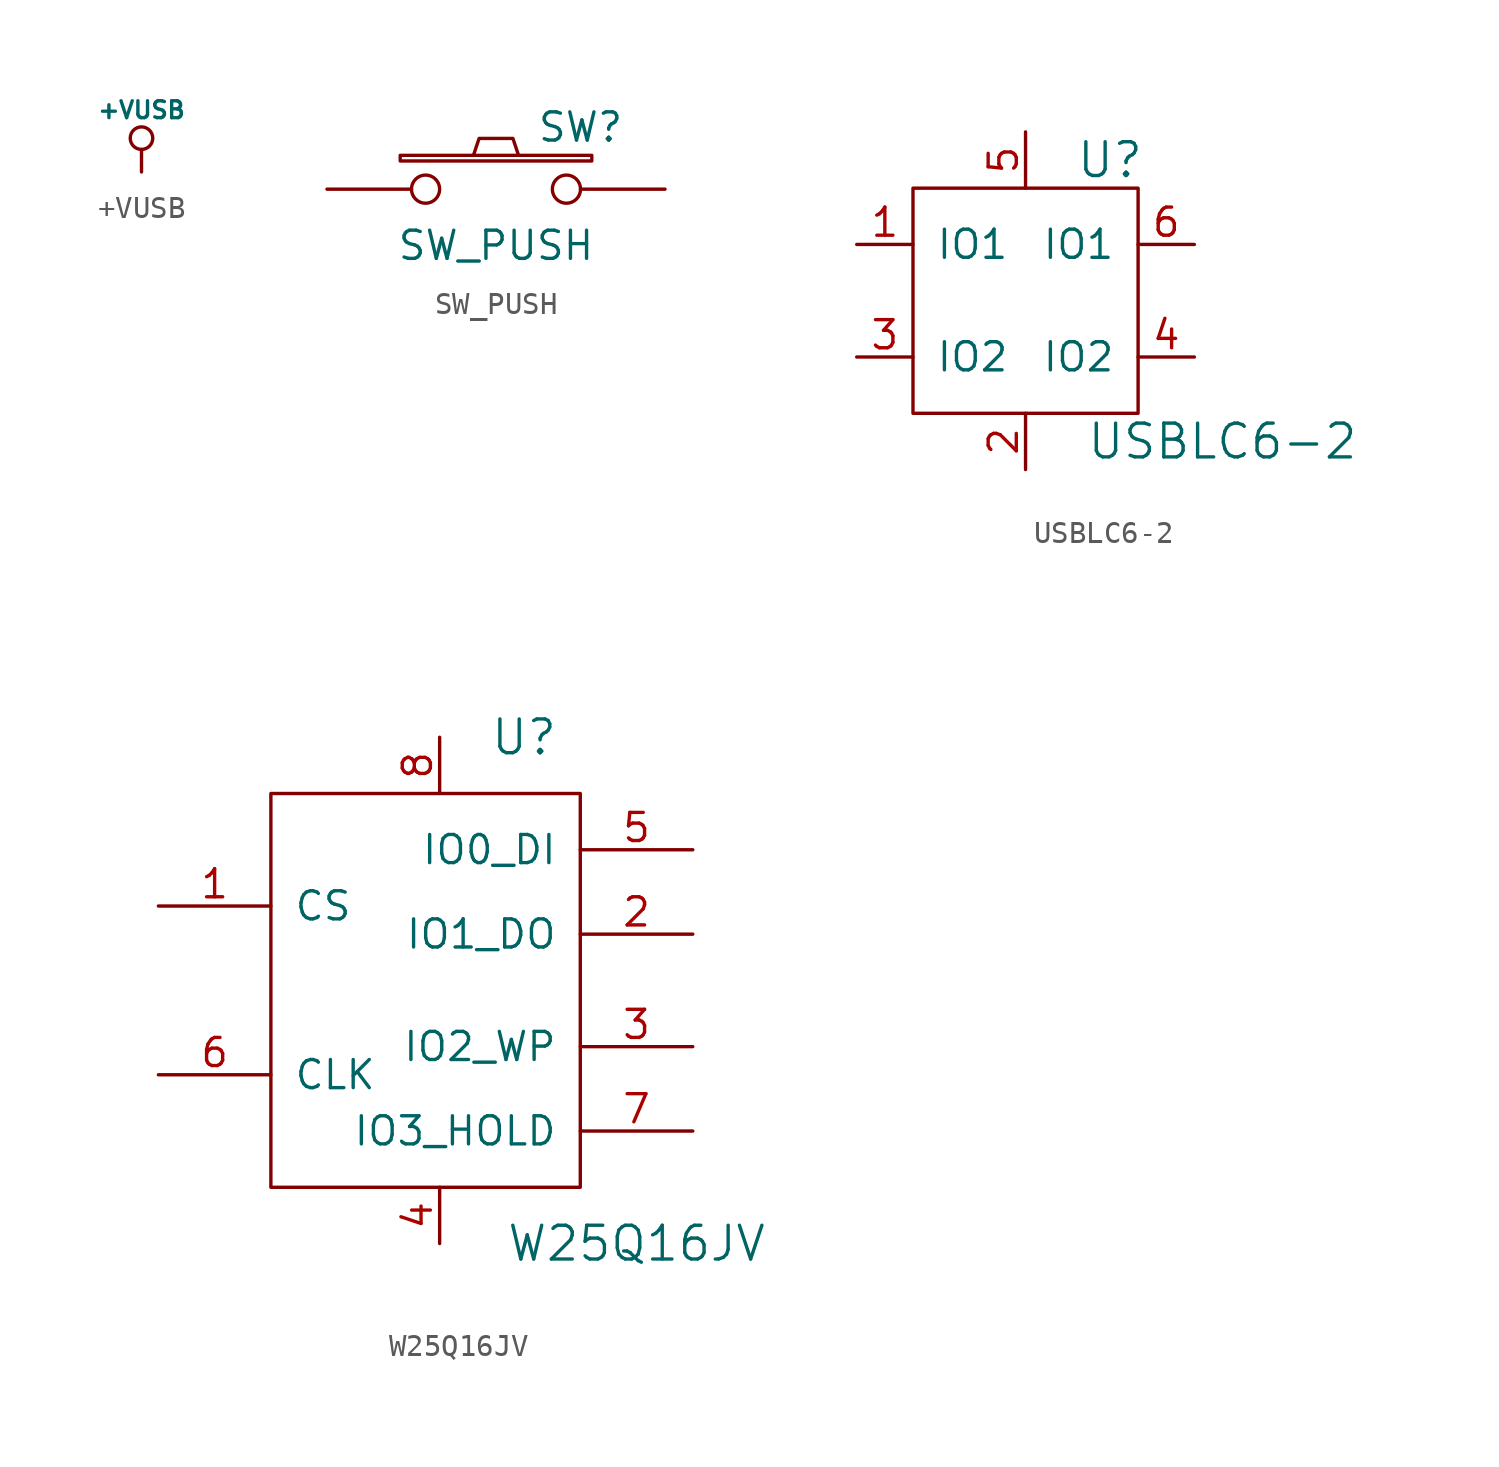
<source format=kicad_sym>
(kicad_symbol_lib
  (version 20211014)
  (generator kicad_symbol_editor)
  (symbol "+VUSB"
    (power)
    (pin_names
      (offset 0))
    (property "Reference" "#PWR"
      (at 0 -1.016 0)
      (effects (font (size 0.762 0.762)) hide))
    (property "Value" "+VUSB"
      (at 0 2.794 0)
      (effects (font (size 0.762 0.762))))
    (property "Footprint" ""
      (at 0 0 0)
      (effects (font (size 1.524 1.524))))
    (property "Datasheet" ""
      (at 0 0 0)
      (effects (font (size 1.524 1.524))))
    (symbol "+VUSB_0_0"
      (pin power_in line (at 0 0 90) (length 0) hide (name "+VUSB" (effects (font (size 0.762 0.762)))) (number "1" (effects (font (size 0.762 0.762))))))
    (symbol "+VUSB_0_1"
      (polyline (pts (xy 0 0) (xy 0 1.016) (xy 0 1.016)) (stroke (width 0) (type default) (color 0 0 0 0)) (fill (type none)))
      (circle (center 0 1.524) (radius 0.508) (stroke (width 0) (type default) (color 0 0 0 0)) (fill (type none)))))
  (symbol "SW_PUSH"
    (pin_numbers hide)
    (pin_names
      (offset 1.016) hide)
    (property "Reference" "SW"
      (at 3.81 2.794 0)
      (effects (font (size 1.27 1.27))))
    (property "Value" "SW_PUSH"
      (at 0 -2.54 0)
      (effects (font (size 1.27 1.27))))
    (property "Footprint" ""
      (at 0 0 0)
      (effects (font (size 1.524 1.524))))
    (property "Datasheet" ""
      (at 0 0 0)
      (effects (font (size 1.524 1.524))))
    (symbol "SW_PUSH_0_1"
      (rectangle (start -4.318 1.27) (end 4.318 1.524) (stroke (width 0) (type default) (color 0 0 0 0)) (fill (type none)))
      (polyline (pts (xy -1.016 1.524) (xy -0.762 2.286) (xy 0.762 2.286) (xy 1.016 1.524)) (stroke (width 0) (type default) (color 0 0 0 0)) (fill (type none)))
      (pin passive inverted (at -7.62 0 0) (length 5.08) (name "1" (effects (font (size 1.524 1.524)))) (number "1" (effects (font (size 1.524 1.524)))))
      (pin passive inverted (at 7.62 0 180) (length 5.08) (name "2" (effects (font (size 1.524 1.524)))) (number "2" (effects (font (size 1.524 1.524)))))))
  (symbol "USBLC6-2"
    (pin_names
      (offset 1.016))
    (property "Reference" "U"
      (at 3.81 6.35 0)
      (effects (font (size 1.524 1.524))))
    (property "Value" "USBLC6-2"
      (at 8.89 -6.35 0)
      (effects (font (size 1.524 1.524))))
    (property "Footprint" ""
      (at 0 0 0)
      (effects (font (size 1.524 1.524))))
    (property "Datasheet" ""
      (at 0 0 0)
      (effects (font (size 1.524 1.524))))
    (symbol "USBLC6-2_0_1"
      (rectangle (start -5.08 5.08) (end 5.08 -5.08) (stroke (width 0) (type default) (color 0 0 0 0)) (fill (type none))))
    (symbol "USBLC6-2_1_0"
      (pin bidirectional line (at -7.62 2.54 0) (length 2.54) (name "IO1" (effects (font (size 1.27 1.27)))) (number "1" (effects (font (size 1.27 1.27)))))
      (pin power_in line (at 0 -7.62 90) (length 2.54) (name "~" (effects (font (size 1.27 1.27)))) (number "2" (effects (font (size 1.27 1.27)))))
      (pin bidirectional line (at -7.62 -2.54 0) (length 2.54) (name "IO2" (effects (font (size 1.27 1.27)))) (number "3" (effects (font (size 1.27 1.27)))))
      (pin bidirectional line (at 7.62 -2.54 180) (length 2.54) (name "IO2" (effects (font (size 1.27 1.27)))) (number "4" (effects (font (size 1.27 1.27)))))
      (pin power_in line (at 0 7.62 270) (length 2.54) (name "~" (effects (font (size 1.27 1.27)))) (number "5" (effects (font (size 1.27 1.27)))))
      (pin bidirectional line (at 7.62 2.54 180) (length 2.54) (name "IO1" (effects (font (size 1.27 1.27)))) (number "6" (effects (font (size 1.27 1.27)))))))
  (symbol "W25Q16JV"
    (pin_names
      (offset 1.016))
    (property "Reference" "U"
      (at 3.81 11.43 0)
      (effects (font (size 1.524 1.524))))
    (property "Value" "W25Q16JV"
      (at 8.89 -11.43 0)
      (effects (font (size 1.524 1.524))))
    (property "Footprint" ""
      (at 0 0 0)
      (effects (font (size 1.524 1.524))))
    (property "Datasheet" ""
      (at 0 0 0)
      (effects (font (size 1.524 1.524))))
    (symbol "W25Q16JV_0_1"
      (rectangle (start 6.35 8.89) (end -7.62 -8.89) (stroke (width 0) (type default) (color 0 0 0 0)) (fill (type none))))
    (symbol "W25Q16JV_1_1"
      (pin input line (at -12.7 3.81 0) (length 5.08) (name "CS" (effects (font (size 1.27 1.27)))) (number "1" (effects (font (size 1.27 1.27)))))
      (pin bidirectional line (at 11.43 2.54 180) (length 5.08) (name "IO1_DO" (effects (font (size 1.27 1.27)))) (number "2" (effects (font (size 1.27 1.27)))))
      (pin bidirectional line (at 11.43 -2.54 180) (length 5.08) (name "IO2_WP" (effects (font (size 1.27 1.27)))) (number "3" (effects (font (size 1.27 1.27)))))
      (pin power_in line (at 0 -11.43 90) (length 2.54) (name "~" (effects (font (size 1.27 1.27)))) (number "4" (effects (font (size 1.27 1.27)))))
      (pin bidirectional line (at 11.43 6.35 180) (length 5.08) (name "IO0_DI" (effects (font (size 1.27 1.27)))) (number "5" (effects (font (size 1.27 1.27)))))
      (pin input line (at -12.7 -3.81 0) (length 5.08) (name "CLK" (effects (font (size 1.27 1.27)))) (number "6" (effects (font (size 1.27 1.27)))))
      (pin bidirectional line (at 11.43 -6.35 180) (length 5.08) (name "IO3_HOLD" (effects (font (size 1.27 1.27)))) (number "7" (effects (font (size 1.27 1.27)))))
      (pin power_in line (at 0 11.43 270) (length 2.54) (name "~" (effects (font (size 1.27 1.27)))) (number "8" (effects (font (size 1.27 1.27))))))))
</source>
